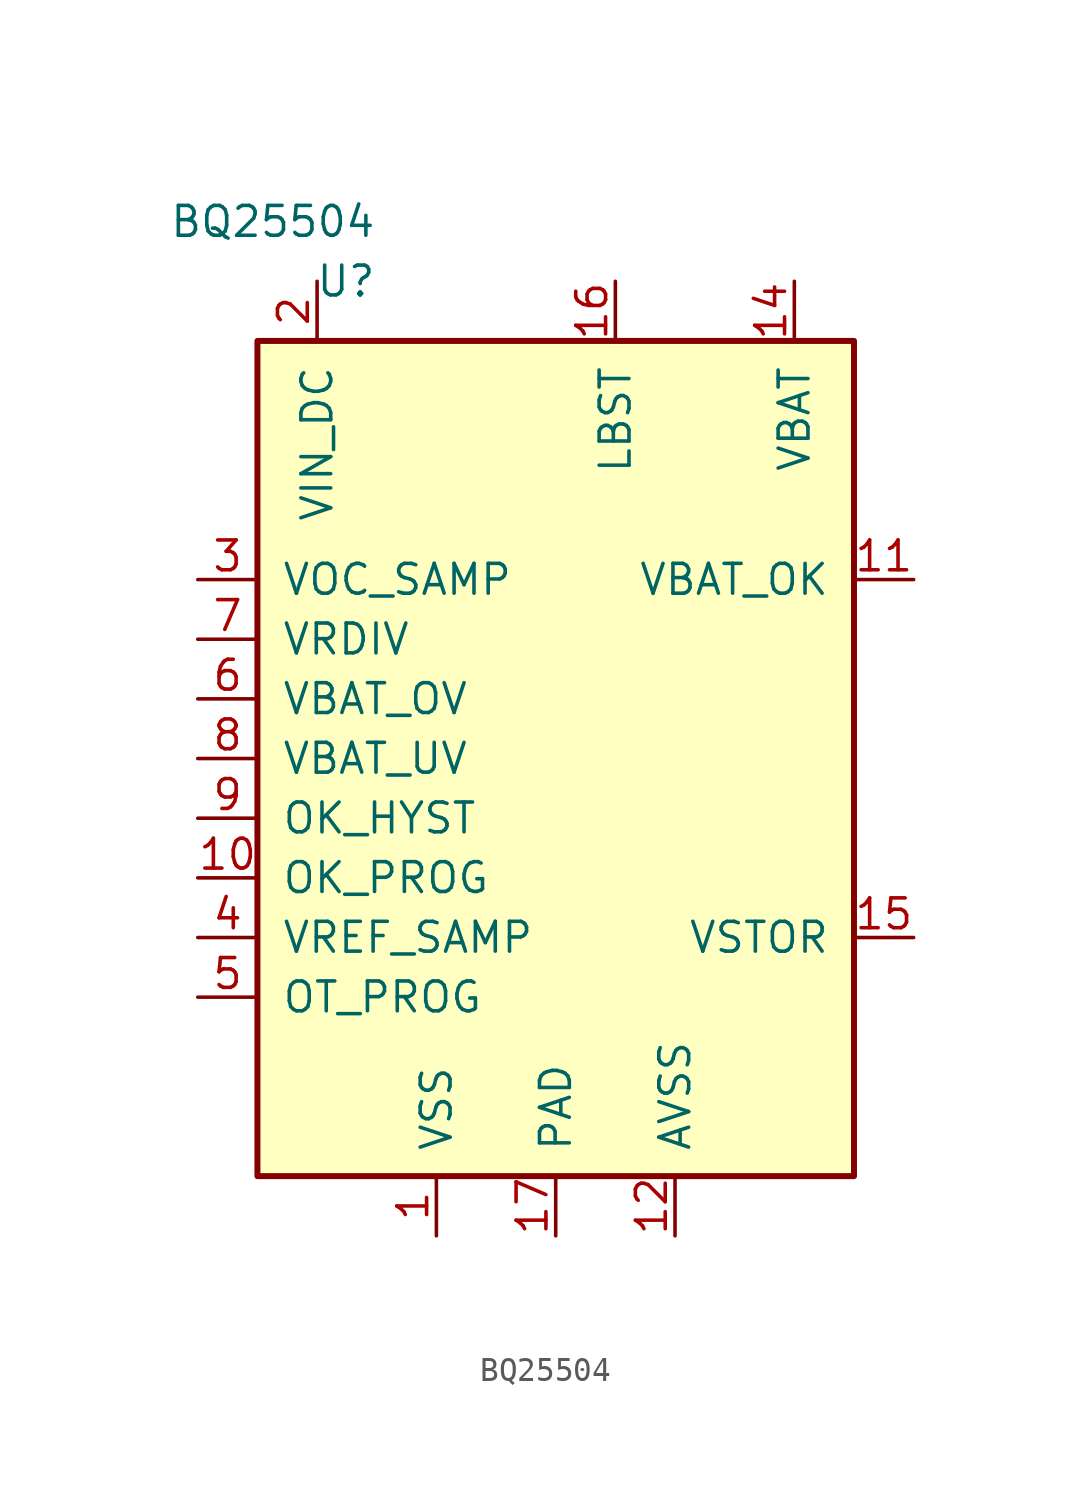
<source format=kicad_sym>
(kicad_symbol_lib
  (version 20211014)
  (generator kicad_symbol_editor)
  (symbol "BQ25504"
    (pin_names
      (offset 1.016))
    (property "Reference" "U"
      (at -7.62 20.32 0)
      (effects (font (size 1.27 1.27)) (justify right)))
    (property "Value" "BQ25504"
      (at -7.62 22.86 0)
      (effects (font (size 1.27 1.27)) (justify right)))
    (symbol "BQ25504_0_1"
      (rectangle (start -12.7 17.78) (end 12.7 -17.78) (stroke (width 0.254) (type default) (color 0 0 0 0)) (fill (type background))))
    (symbol "BQ25504_1_1"
      (pin power_in line (at -5.08 -20.32 90) (length 2.54) (name "VSS" (effects (font (size 1.27 1.27)))) (number "1" (effects (font (size 1.27 1.27)))))
      (pin input line (at -15.24 -5.08 0) (length 2.54) (name "OK_PROG" (effects (font (size 1.27 1.27)))) (number "10" (effects (font (size 1.27 1.27)))))
      (pin output line (at 15.24 7.62 180) (length 2.54) (name "VBAT_OK" (effects (font (size 1.27 1.27)))) (number "11" (effects (font (size 1.27 1.27)))))
      (pin power_in line (at 5.08 -20.32 90) (length 2.54) (name "AVSS" (effects (font (size 1.27 1.27)))) (number "12" (effects (font (size 1.27 1.27)))))
      (pin passive line (at -5.08 -20.32 90) (length 2.54) hide (name "VSS" (effects (font (size 1.27 1.27)))) (number "13" (effects (font (size 1.27 1.27)))))
      (pin passive line (at 10.16 20.32 270) (length 2.54) (name "VBAT" (effects (font (size 1.27 1.27)))) (number "14" (effects (font (size 1.27 1.27)))))
      (pin bidirectional line (at 15.24 -7.62 180) (length 2.54) (name "VSTOR" (effects (font (size 1.27 1.27)))) (number "15" (effects (font (size 1.27 1.27)))))
      (pin bidirectional line (at 2.54 20.32 270) (length 2.54) (name "LBST" (effects (font (size 1.27 1.27)))) (number "16" (effects (font (size 1.27 1.27)))))
      (pin passive line (at 0 -20.32 90) (length 2.54) (name "PAD" (effects (font (size 1.27 1.27)))) (number "17" (effects (font (size 1.27 1.27)))))
      (pin power_in line (at -10.16 20.32 270) (length 2.54) (name "VIN_DC" (effects (font (size 1.27 1.27)))) (number "2" (effects (font (size 1.27 1.27)))))
      (pin input line (at -15.24 7.62 0) (length 2.54) (name "VOC_SAMP" (effects (font (size 1.27 1.27)))) (number "3" (effects (font (size 1.27 1.27)))))
      (pin bidirectional line (at -15.24 -7.62 0) (length 2.54) (name "VREF_SAMP" (effects (font (size 1.27 1.27)))) (number "4" (effects (font (size 1.27 1.27)))))
      (pin input line (at -15.24 -10.16 0) (length 2.54) (name "OT_PROG" (effects (font (size 1.27 1.27)))) (number "5" (effects (font (size 1.27 1.27)))))
      (pin input line (at -15.24 2.54 0) (length 2.54) (name "VBAT_OV" (effects (font (size 1.27 1.27)))) (number "6" (effects (font (size 1.27 1.27)))))
      (pin output line (at -15.24 5.08 0) (length 2.54) (name "VRDIV" (effects (font (size 1.27 1.27)))) (number "7" (effects (font (size 1.27 1.27)))))
      (pin input line (at -15.24 0 0) (length 2.54) (name "VBAT_UV" (effects (font (size 1.27 1.27)))) (number "8" (effects (font (size 1.27 1.27)))))
      (pin input line (at -15.24 -2.54 0) (length 2.54) (name "OK_HYST" (effects (font (size 1.27 1.27)))) (number "9" (effects (font (size 1.27 1.27))))))))
</source>
